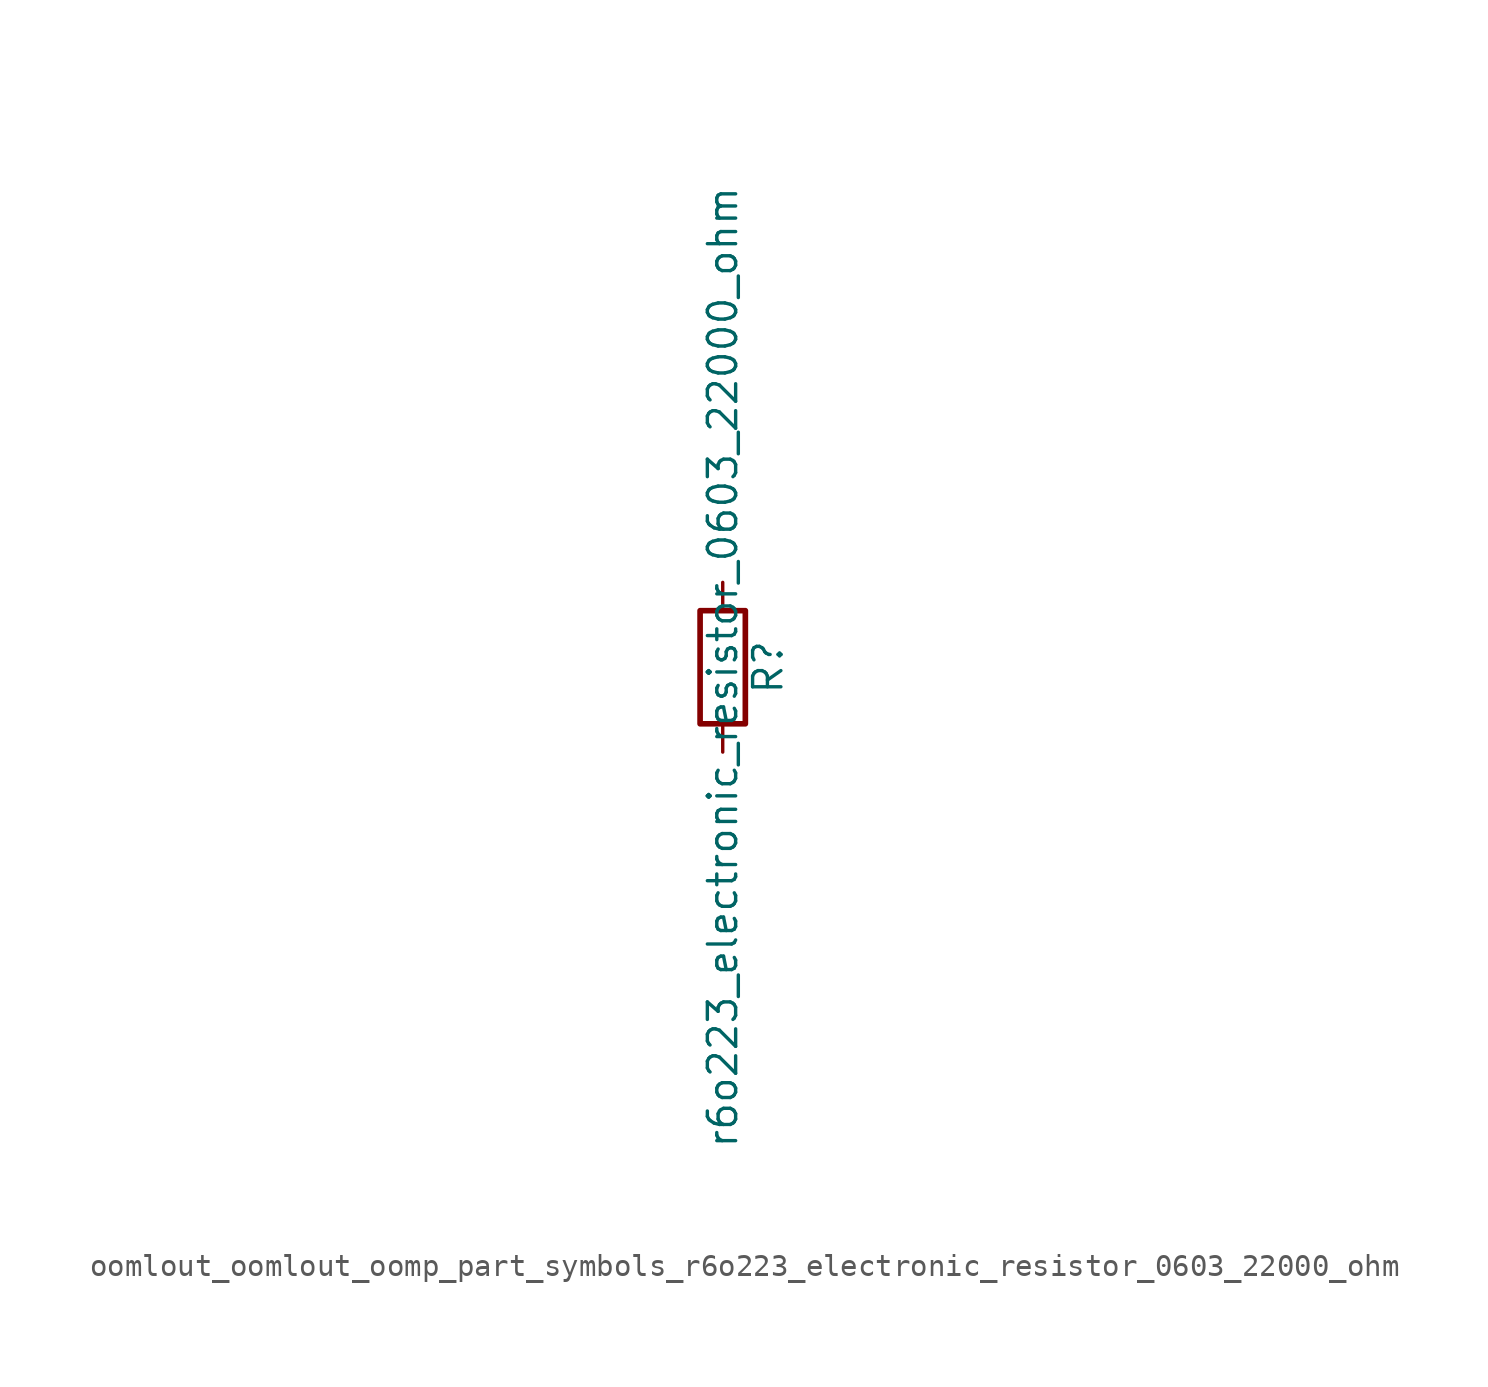
<source format=kicad_sym>
(kicad_symbol_lib
  (version 20220914)
  (generator kicad_symbol_editor)
  (symbol "oomlout_oomlout_oomp_part_symbols_r6o223_electronic_resistor_0603_22000_ohm"
    (pin_numbers hide)
    (pin_names
      (offset 0))
    (property "Reference" "R"
      (at 2.032 0 90)
      (effects (font (size 1.27 1.27))))
    (property "Value" "r6o223_electronic_resistor_0603_22000_ohm"
      (at 0 0 90)
      (effects (font (size 1.27 1.27))))
    (symbol "oomlout_oomlout_oomp_part_symbols_r6o223_electronic_resistor_0603_22000_ohm_0_1"
      (rectangle (start -1.016 -2.54) (end 1.016 2.54) (stroke (width 0.254) (type default)) (fill (type none))))
    (symbol "oomlout_oomlout_oomp_part_symbols_r6o223_electronic_resistor_0603_22000_ohm_1_1"
      (pin passive line (at 0 3.81 270) (length 1.27) (name "~" (effects (font (size 1.27 1.27)))) (number "1" (effects (font (size 1.27 1.27)))))
      (pin passive line (at 0 -3.81 90) (length 1.27) (name "~" (effects (font (size 1.27 1.27)))) (number "2" (effects (font (size 1.27 1.27))))))))
</source>
